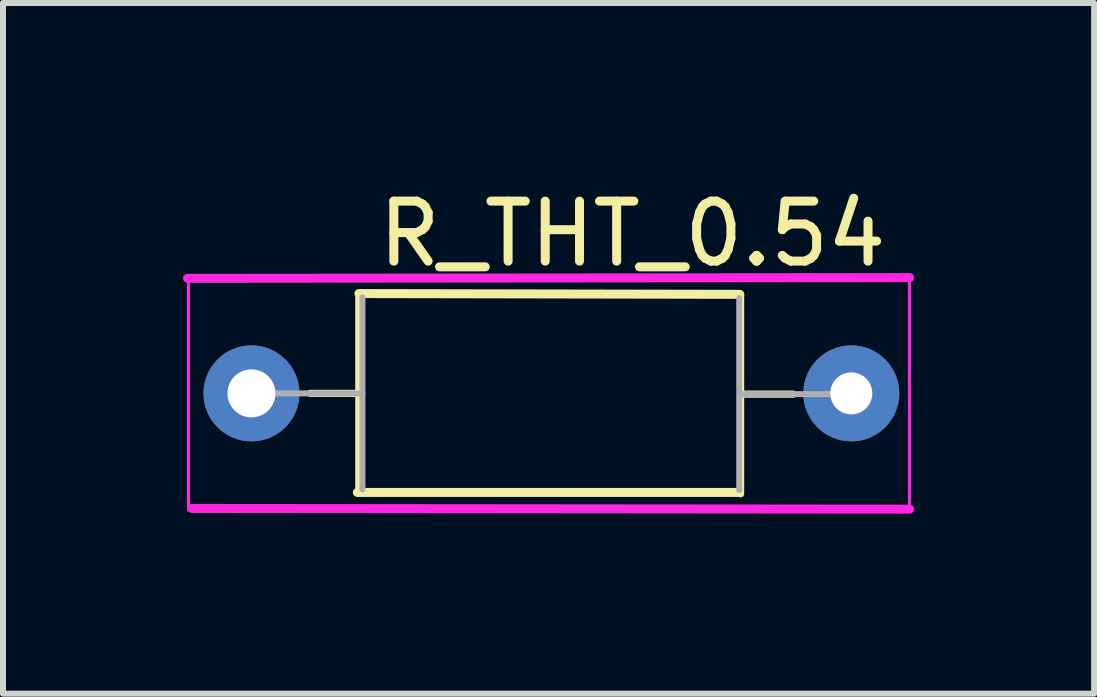
<source format=kicad_pcb>
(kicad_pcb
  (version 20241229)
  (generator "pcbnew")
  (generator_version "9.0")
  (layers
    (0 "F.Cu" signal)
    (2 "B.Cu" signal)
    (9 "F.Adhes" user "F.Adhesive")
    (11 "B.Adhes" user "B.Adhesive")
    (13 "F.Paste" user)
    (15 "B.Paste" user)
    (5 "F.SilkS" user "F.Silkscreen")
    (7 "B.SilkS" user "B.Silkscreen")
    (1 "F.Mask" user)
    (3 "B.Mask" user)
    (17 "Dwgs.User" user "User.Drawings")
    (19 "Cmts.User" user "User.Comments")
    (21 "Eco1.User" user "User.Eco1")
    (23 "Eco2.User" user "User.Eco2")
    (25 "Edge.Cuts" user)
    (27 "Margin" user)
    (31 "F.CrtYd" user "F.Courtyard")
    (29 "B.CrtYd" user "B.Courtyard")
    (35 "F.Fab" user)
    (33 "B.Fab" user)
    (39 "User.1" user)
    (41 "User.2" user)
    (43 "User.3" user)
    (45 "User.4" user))
  (footprint "R_THT_0.54"
    (layer "F.Cu")
    (at 1.142 3.508)
    (property "Reference" "R_THT_0.54" (at 6.35 -2.66 0) (layer "F.SilkS") (effects (font (size 1 1) (thickness 0.15))))
    (attr through_hole)
    (fp_line (start 0.98 0) (end 1.79 0) (stroke (width 0.12) (type solid)) (layer "F.SilkS"))
    (fp_line (start 1.765 1.651) (end 8.115 1.651) (stroke (width 0.15) (type solid)) (layer "F.SilkS"))
    (fp_line (start 1.79 -1.66) (end 1.79 1.66) (stroke (width 0.12) (type solid)) (layer "F.SilkS"))
    (fp_line (start 1.791 -1.664) (end 8.141 -1.651) (stroke (width 0.15) (type solid)) (layer "F.SilkS"))
    (fp_line (start 8.154 1.673) (end 8.154 -1.647) (stroke (width 0.12) (type solid)) (layer "F.SilkS"))
    (fp_line (start 9.028 0.013) (end 8.218 0.013) (stroke (width 0.12) (type solid)) (layer "F.SilkS"))
    (fp_line (start -1.067 -1.918) (end 10.973 -1.93) (stroke (width 0.15) (type solid)) (layer "F.CrtYd"))
    (fp_line (start -1.05 -1.95) (end -1.05 1.95) (stroke (width 0.05) (type solid)) (layer "F.CrtYd"))
    (fp_line (start 10.969 1.95) (end 10.969 -1.95) (stroke (width 0.05) (type solid)) (layer "F.CrtYd"))
    (fp_line (start 10.973 1.93) (end -0.991 1.918) (stroke (width 0.15) (type solid)) (layer "F.CrtYd"))
    (fp_line (start 0 0) (end 1.85 0) (stroke (width 0.1) (type solid)) (layer "F.Fab"))
    (fp_line (start 1.85 -1.6) (end 1.85 1.6) (stroke (width 0.1) (type solid)) (layer "F.Fab"))
    (fp_line (start 8.132 1.613) (end 8.132 -1.587) (stroke (width 0.1) (type solid)) (layer "F.Fab"))
    (fp_line (start 9.995 0.013) (end 8.145 0.013) (stroke (width 0.1) (type solid)) (layer "F.Fab"))
    (pad "1" thru_hole circle (at 0 0) (size 1.6 1.6) (drill 0.8) (layers "*.Cu" "*.Mask"))
    (pad "2" thru_hole circle (at 10 0) (size 1.6 1.6) (drill 0.7) (layers "*.Cu" "*.Mask")))
  (gr_rect
    (start -3 -3)
    (end 15.19 8.514)
    (stroke (width 0.1) (type default))
    (fill no)
    (layer "Edge.Cuts")))
</source>
